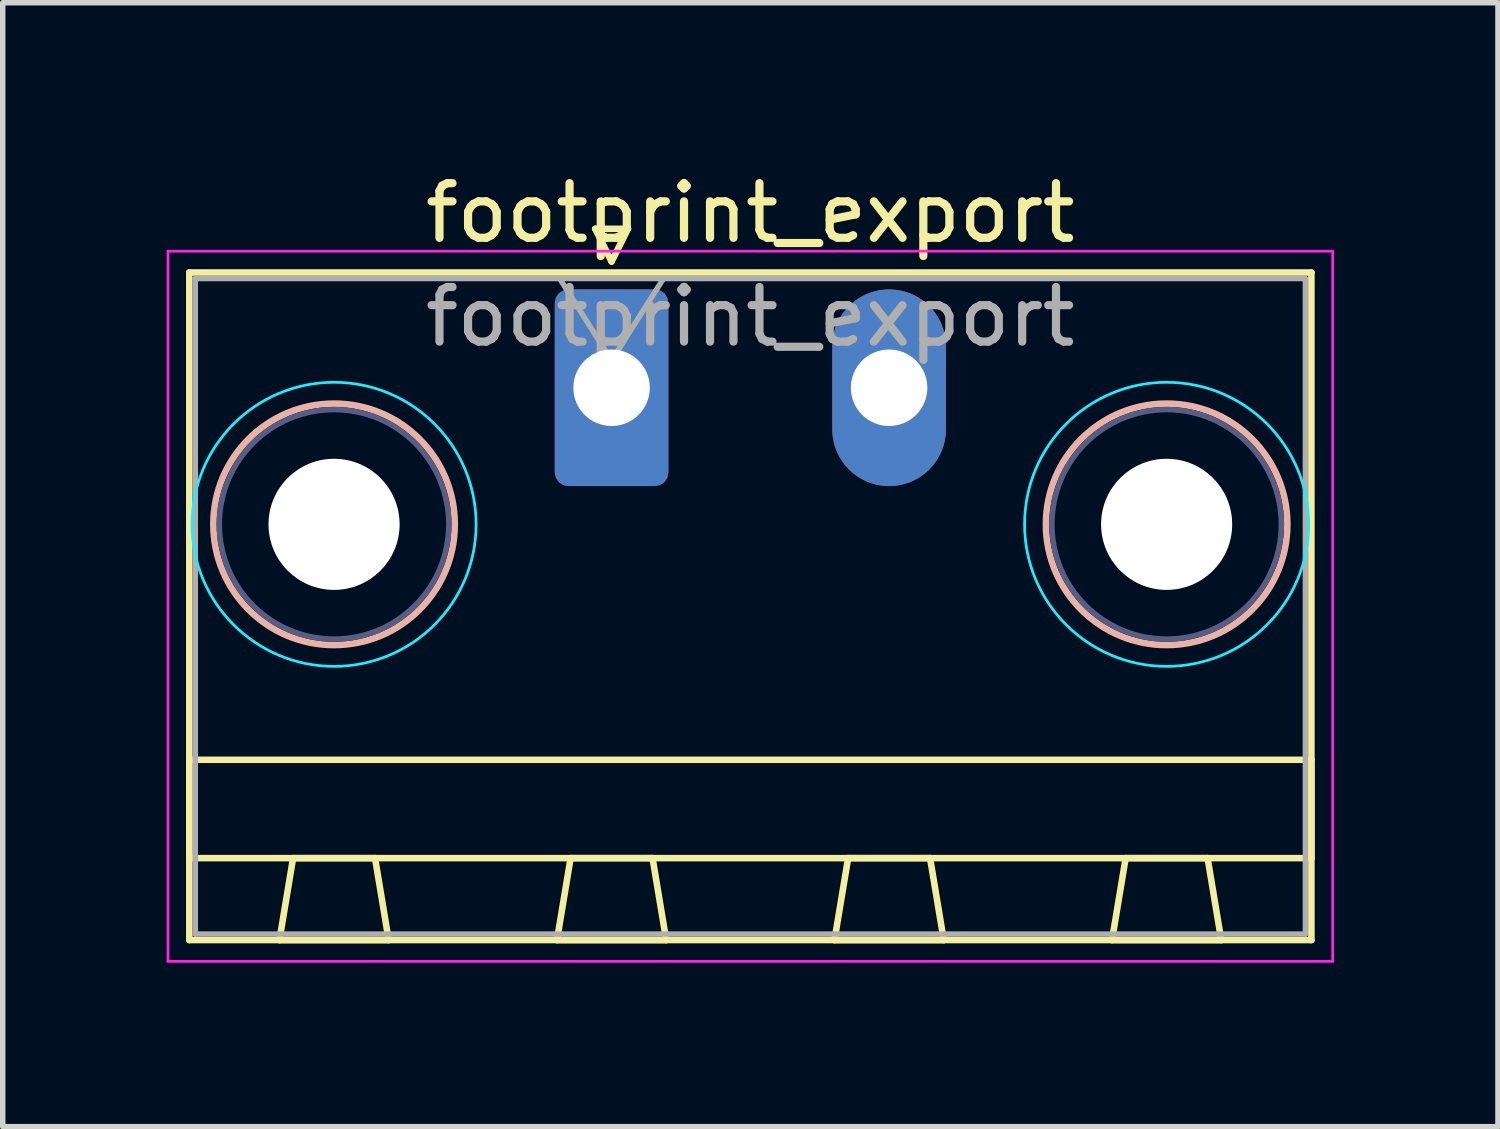
<source format=kicad_pcb>
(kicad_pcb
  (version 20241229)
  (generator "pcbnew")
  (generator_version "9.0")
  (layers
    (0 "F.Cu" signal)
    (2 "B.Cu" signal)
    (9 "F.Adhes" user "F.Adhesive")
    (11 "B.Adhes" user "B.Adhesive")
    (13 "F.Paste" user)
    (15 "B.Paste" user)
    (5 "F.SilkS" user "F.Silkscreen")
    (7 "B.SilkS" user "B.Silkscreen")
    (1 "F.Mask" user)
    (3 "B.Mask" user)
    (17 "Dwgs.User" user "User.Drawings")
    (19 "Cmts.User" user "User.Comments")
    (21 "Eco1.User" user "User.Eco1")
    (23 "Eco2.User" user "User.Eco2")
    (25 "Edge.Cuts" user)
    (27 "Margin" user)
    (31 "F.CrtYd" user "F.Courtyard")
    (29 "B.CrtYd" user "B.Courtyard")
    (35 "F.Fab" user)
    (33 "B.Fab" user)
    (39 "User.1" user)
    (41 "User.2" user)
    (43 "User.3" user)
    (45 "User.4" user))
  (footprint "footprint_export"
    (layer "F.Cu")
    (at 8.145 4.048)
    (property "Reference" "footprint_export" (at 2.54 -3.2 0) (layer "F.SilkS") (effects (font (size 1 1) (thickness 0.15))))
    (attr through_hole)
    (fp_line (start -7.73 -2.11) (end -7.73 10.11) (stroke (width 0.12) (type solid)) (layer "F.SilkS"))
    (fp_line (start -7.73 6.81) (end 12.81 6.81) (stroke (width 0.12) (type solid)) (layer "F.SilkS"))
    (fp_line (start -7.73 8.61) (end -7.73 6.81) (stroke (width 0.12) (type solid)) (layer "F.SilkS"))
    (fp_line (start -7.73 10.11) (end 12.81 10.11) (stroke (width 0.12) (type solid)) (layer "F.SilkS"))
    (fp_line (start -6.08 10.11) (end -4.08 10.11) (stroke (width 0.12) (type solid)) (layer "F.SilkS"))
    (fp_line (start -5.83 8.61) (end -6.08 10.11) (stroke (width 0.12) (type solid)) (layer "F.SilkS"))
    (fp_line (start -4.33 8.61) (end -5.83 8.61) (stroke (width 0.12) (type solid)) (layer "F.SilkS"))
    (fp_line (start -4.08 10.11) (end -4.33 8.61) (stroke (width 0.12) (type solid)) (layer "F.SilkS"))
    (fp_line (start -1 10.11) (end 1 10.11) (stroke (width 0.12) (type solid)) (layer "F.SilkS"))
    (fp_line (start -0.75 8.61) (end -1 10.11) (stroke (width 0.12) (type solid)) (layer "F.SilkS"))
    (fp_line (start -0.3 -2.91) (end 0.3 -2.91) (stroke (width 0.12) (type solid)) (layer "F.SilkS"))
    (fp_line (start 0 -2.31) (end -0.3 -2.91) (stroke (width 0.12) (type solid)) (layer "F.SilkS"))
    (fp_line (start 0.3 -2.91) (end 0 -2.31) (stroke (width 0.12) (type solid)) (layer "F.SilkS"))
    (fp_line (start 0.75 8.61) (end -0.75 8.61) (stroke (width 0.12) (type solid)) (layer "F.SilkS"))
    (fp_line (start 1 10.11) (end 0.75 8.61) (stroke (width 0.12) (type solid)) (layer "F.SilkS"))
    (fp_line (start 4.08 10.11) (end 6.08 10.11) (stroke (width 0.12) (type solid)) (layer "F.SilkS"))
    (fp_line (start 4.33 8.61) (end 4.08 10.11) (stroke (width 0.12) (type solid)) (layer "F.SilkS"))
    (fp_line (start 5.83 8.61) (end 4.33 8.61) (stroke (width 0.12) (type solid)) (layer "F.SilkS"))
    (fp_line (start 6.08 10.11) (end 5.83 8.61) (stroke (width 0.12) (type solid)) (layer "F.SilkS"))
    (fp_line (start 9.16 10.11) (end 11.16 10.11) (stroke (width 0.12) (type solid)) (layer "F.SilkS"))
    (fp_line (start 9.41 8.61) (end 9.16 10.11) (stroke (width 0.12) (type solid)) (layer "F.SilkS"))
    (fp_line (start 10.91 8.61) (end 9.41 8.61) (stroke (width 0.12) (type solid)) (layer "F.SilkS"))
    (fp_line (start 11.16 10.11) (end 10.91 8.61) (stroke (width 0.12) (type solid)) (layer "F.SilkS"))
    (fp_line (start 12.81 -2.11) (end -7.73 -2.11) (stroke (width 0.12) (type solid)) (layer "F.SilkS"))
    (fp_line (start 12.81 6.81) (end 12.81 8.61) (stroke (width 0.12) (type solid)) (layer "F.SilkS"))
    (fp_line (start 12.81 8.61) (end -7.73 8.61) (stroke (width 0.12) (type solid)) (layer "F.SilkS"))
    (fp_line (start 12.81 10.11) (end 12.81 -2.11) (stroke (width 0.12) (type solid)) (layer "F.SilkS"))
    (fp_circle (center -5.08 2.5) (end -2.87 2.5) (stroke (width 0.12) (type solid)) (fill no) (layer "B.SilkS"))
    (fp_circle (center 10.16 2.5) (end 12.37 2.5) (stroke (width 0.12) (type solid)) (fill no) (layer "B.SilkS"))
    (fp_circle (center -5.08 2.5) (end -2.48 2.5) (stroke (width 0.05) (type solid)) (fill no) (layer "B.CrtYd"))
    (fp_circle (center 10.16 2.5) (end 12.76 2.5) (stroke (width 0.05) (type solid)) (fill no) (layer "B.CrtYd"))
    (fp_line (start -8.12 -2.5) (end -8.12 10.5) (stroke (width 0.05) (type solid)) (layer "F.CrtYd"))
    (fp_line (start -8.12 10.5) (end 13.2 10.5) (stroke (width 0.05) (type solid)) (layer "F.CrtYd"))
    (fp_line (start 13.2 -2.5) (end -8.12 -2.5) (stroke (width 0.05) (type solid)) (layer "F.CrtYd"))
    (fp_line (start 13.2 10.5) (end 13.2 -2.5) (stroke (width 0.05) (type solid)) (layer "F.CrtYd"))
    (fp_circle (center -5.08 2.5) (end -2.98 2.5) (stroke (width 0.1) (type solid)) (fill no) (layer "B.Fab"))
    (fp_circle (center 10.16 2.5) (end 12.26 2.5) (stroke (width 0.1) (type solid)) (fill no) (layer "B.Fab"))
    (fp_line (start -7.62 -2) (end -7.62 10) (stroke (width 0.1) (type solid)) (layer "F.Fab"))
    (fp_line (start -7.62 10) (end 12.7 10) (stroke (width 0.1) (type solid)) (layer "F.Fab"))
    (fp_line (start 0 -0.5) (end -0.95 -2) (stroke (width 0.1) (type solid)) (layer "F.Fab"))
    (fp_line (start 0.95 -2) (end 0 -0.5) (stroke (width 0.1) (type solid)) (layer "F.Fab"))
    (fp_line (start 12.7 -2) (end -7.62 -2) (stroke (width 0.1) (type solid)) (layer "F.Fab"))
    (fp_line (start 12.7 10) (end 12.7 -2) (stroke (width 0.1) (type solid)) (layer "F.Fab"))
    (fp_text user "${REFERENCE}" (at 2.54 -1.3 0) (layer "F.Fab") (effects (font (size 1 1) (thickness 0.15))))
    (pad "" np_thru_hole circle (at -5.08 2.5) (size 2.4 2.4) (drill 2.4) (layers "*.Cu" "*.Mask"))
    (pad "" np_thru_hole circle (at 10.16 2.5) (size 2.4 2.4) (drill 2.4) (layers "*.Cu" "*.Mask"))
    (pad "1" thru_hole roundrect (at 0 0) (size 2.08 3.6) (drill 1.4) (layers "*.Cu" "*.Mask") (roundrect_rratio 0.12))
    (pad "2" thru_hole oval (at 5.08 0) (size 2.08 3.6) (drill 1.4) (layers "*.Cu" "*.Mask")))
  (gr_rect
    (start -3 -3)
    (end 24.37 17.573)
    (stroke (width 0.1) (type default))
    (fill no)
    (layer "Edge.Cuts")))
</source>
